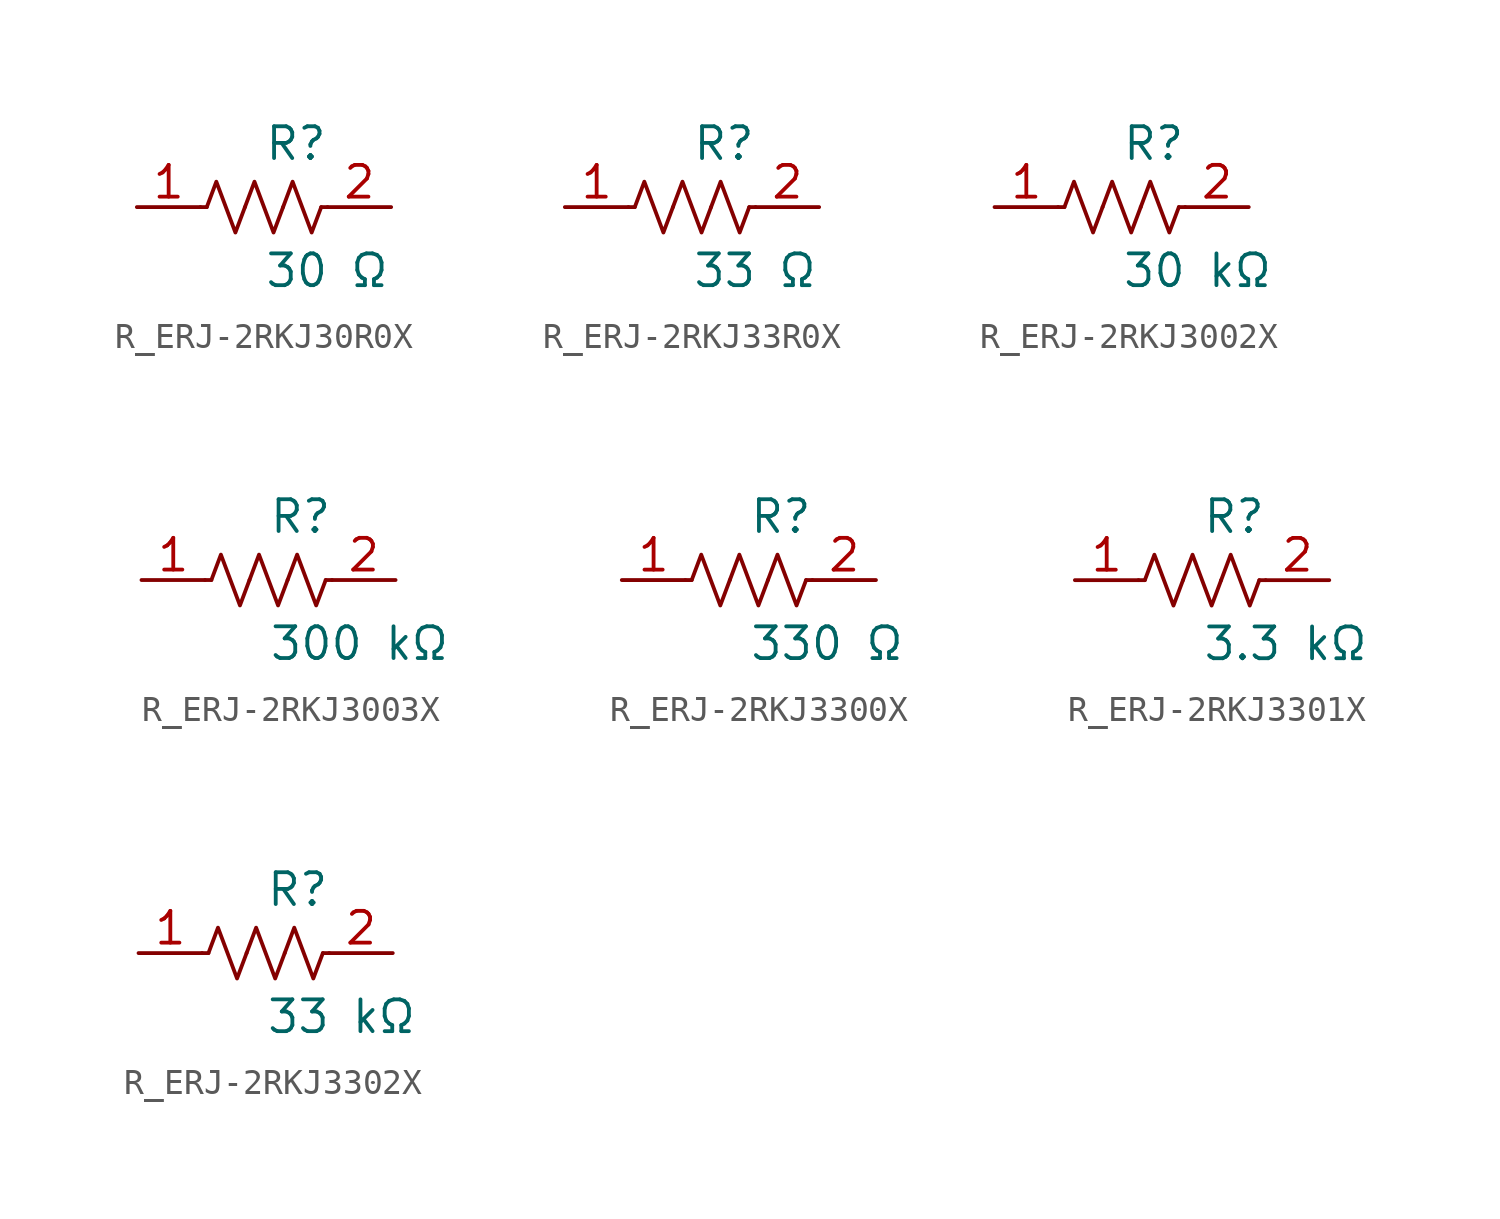
<source format=kicad_sym>
(kicad_symbol_lib
  (version 20231120)
  (generator kicad_symbol_editor)
  (generator_version 8.0)
  (symbol "R_ERJ-2RKJ30R0X"
    (pin_names
      (offset 0.254))
    (property "Reference" "R"
      (at 0.0 2.54 0)
      (effects (font (size 1.27 1.27)) (justify left)))
    (property "Value" "30 Ω"
      (at 0.0 -2.54 0)
      (effects (font (size 1.27 1.27)) (justify left)))
    (symbol "R_ERJ-2RKJ30R0X_0_1"
      (polyline (pts (xy 2.286 0) (xy 2.54 0)) (stroke (width 0) (type default)) (fill (type none)))
      (polyline (pts (xy -2.286 0) (xy -2.54 0)) (stroke (width 0) (type default)) (fill (type none)))
      (polyline (pts (xy 0.762 0) (xy 1.143 1.016) (xy 1.524 0) (xy 1.905 -1.016) (xy 2.286 0)) (stroke (width 0) (type default)) (fill (type none)))
      (polyline (pts (xy -0.762 0) (xy -0.381 1.016) (xy 0 0) (xy 0.381 -1.016) (xy 0.762 0)) (stroke (width 0) (type default)) (fill (type none)))
      (polyline (pts (xy -2.286 0) (xy -1.905 1.016) (xy -1.524 0) (xy -1.143 -1.016) (xy -0.762 0)) (stroke (width 0) (type default)) (fill (type none))))
    (pin unspecified line
      (at -5.08 0 0)
      (length 2.54)
      (name "" (effects (font (size 1.27 1.27))))
      (number "1" (effects (font (size 1.27 1.27)))))
    (pin unspecified line
      (at 5.08 0 180)
      (length 2.54)
      (name "" (effects (font (size 1.27 1.27))))
      (number "2" (effects (font (size 1.27 1.27))))))
  (symbol "R_ERJ-2RKJ33R0X"
    (pin_names
      (offset 0.254))
    (property "Reference" "R"
      (at 0.0 2.54 0)
      (effects (font (size 1.27 1.27)) (justify left)))
    (property "Value" "33 Ω"
      (at 0.0 -2.54 0)
      (effects (font (size 1.27 1.27)) (justify left)))
    (symbol "R_ERJ-2RKJ33R0X_0_1"
      (polyline (pts (xy 2.286 0) (xy 2.54 0)) (stroke (width 0) (type default)) (fill (type none)))
      (polyline (pts (xy -2.286 0) (xy -2.54 0)) (stroke (width 0) (type default)) (fill (type none)))
      (polyline (pts (xy 0.762 0) (xy 1.143 1.016) (xy 1.524 0) (xy 1.905 -1.016) (xy 2.286 0)) (stroke (width 0) (type default)) (fill (type none)))
      (polyline (pts (xy -0.762 0) (xy -0.381 1.016) (xy 0 0) (xy 0.381 -1.016) (xy 0.762 0)) (stroke (width 0) (type default)) (fill (type none)))
      (polyline (pts (xy -2.286 0) (xy -1.905 1.016) (xy -1.524 0) (xy -1.143 -1.016) (xy -0.762 0)) (stroke (width 0) (type default)) (fill (type none))))
    (pin unspecified line
      (at -5.08 0 0)
      (length 2.54)
      (name "" (effects (font (size 1.27 1.27))))
      (number "1" (effects (font (size 1.27 1.27)))))
    (pin unspecified line
      (at 5.08 0 180)
      (length 2.54)
      (name "" (effects (font (size 1.27 1.27))))
      (number "2" (effects (font (size 1.27 1.27))))))
  (symbol "R_ERJ-2RKJ3002X"
    (pin_names
      (offset 0.254))
    (property "Reference" "R"
      (at 0.0 2.54 0)
      (effects (font (size 1.27 1.27)) (justify left)))
    (property "Value" "30 kΩ"
      (at 0.0 -2.54 0)
      (effects (font (size 1.27 1.27)) (justify left)))
    (symbol "R_ERJ-2RKJ3002X_0_1"
      (polyline (pts (xy 2.286 0) (xy 2.54 0)) (stroke (width 0) (type default)) (fill (type none)))
      (polyline (pts (xy -2.286 0) (xy -2.54 0)) (stroke (width 0) (type default)) (fill (type none)))
      (polyline (pts (xy 0.762 0) (xy 1.143 1.016) (xy 1.524 0) (xy 1.905 -1.016) (xy 2.286 0)) (stroke (width 0) (type default)) (fill (type none)))
      (polyline (pts (xy -0.762 0) (xy -0.381 1.016) (xy 0 0) (xy 0.381 -1.016) (xy 0.762 0)) (stroke (width 0) (type default)) (fill (type none)))
      (polyline (pts (xy -2.286 0) (xy -1.905 1.016) (xy -1.524 0) (xy -1.143 -1.016) (xy -0.762 0)) (stroke (width 0) (type default)) (fill (type none))))
    (pin unspecified line
      (at -5.08 0 0)
      (length 2.54)
      (name "" (effects (font (size 1.27 1.27))))
      (number "1" (effects (font (size 1.27 1.27)))))
    (pin unspecified line
      (at 5.08 0 180)
      (length 2.54)
      (name "" (effects (font (size 1.27 1.27))))
      (number "2" (effects (font (size 1.27 1.27))))))
  (symbol "R_ERJ-2RKJ3003X"
    (pin_names
      (offset 0.254))
    (property "Reference" "R"
      (at 0.0 2.54 0)
      (effects (font (size 1.27 1.27)) (justify left)))
    (property "Value" "300 kΩ"
      (at 0.0 -2.54 0)
      (effects (font (size 1.27 1.27)) (justify left)))
    (symbol "R_ERJ-2RKJ3003X_0_1"
      (polyline (pts (xy 2.286 0) (xy 2.54 0)) (stroke (width 0) (type default)) (fill (type none)))
      (polyline (pts (xy -2.286 0) (xy -2.54 0)) (stroke (width 0) (type default)) (fill (type none)))
      (polyline (pts (xy 0.762 0) (xy 1.143 1.016) (xy 1.524 0) (xy 1.905 -1.016) (xy 2.286 0)) (stroke (width 0) (type default)) (fill (type none)))
      (polyline (pts (xy -0.762 0) (xy -0.381 1.016) (xy 0 0) (xy 0.381 -1.016) (xy 0.762 0)) (stroke (width 0) (type default)) (fill (type none)))
      (polyline (pts (xy -2.286 0) (xy -1.905 1.016) (xy -1.524 0) (xy -1.143 -1.016) (xy -0.762 0)) (stroke (width 0) (type default)) (fill (type none))))
    (pin unspecified line
      (at -5.08 0 0)
      (length 2.54)
      (name "" (effects (font (size 1.27 1.27))))
      (number "1" (effects (font (size 1.27 1.27)))))
    (pin unspecified line
      (at 5.08 0 180)
      (length 2.54)
      (name "" (effects (font (size 1.27 1.27))))
      (number "2" (effects (font (size 1.27 1.27))))))
  (symbol "R_ERJ-2RKJ3300X"
    (pin_names
      (offset 0.254))
    (property "Reference" "R"
      (at 0.0 2.54 0)
      (effects (font (size 1.27 1.27)) (justify left)))
    (property "Value" "330 Ω"
      (at 0.0 -2.54 0)
      (effects (font (size 1.27 1.27)) (justify left)))
    (symbol "R_ERJ-2RKJ3300X_0_1"
      (polyline (pts (xy 2.286 0) (xy 2.54 0)) (stroke (width 0) (type default)) (fill (type none)))
      (polyline (pts (xy -2.286 0) (xy -2.54 0)) (stroke (width 0) (type default)) (fill (type none)))
      (polyline (pts (xy 0.762 0) (xy 1.143 1.016) (xy 1.524 0) (xy 1.905 -1.016) (xy 2.286 0)) (stroke (width 0) (type default)) (fill (type none)))
      (polyline (pts (xy -0.762 0) (xy -0.381 1.016) (xy 0 0) (xy 0.381 -1.016) (xy 0.762 0)) (stroke (width 0) (type default)) (fill (type none)))
      (polyline (pts (xy -2.286 0) (xy -1.905 1.016) (xy -1.524 0) (xy -1.143 -1.016) (xy -0.762 0)) (stroke (width 0) (type default)) (fill (type none))))
    (pin unspecified line
      (at -5.08 0 0)
      (length 2.54)
      (name "" (effects (font (size 1.27 1.27))))
      (number "1" (effects (font (size 1.27 1.27)))))
    (pin unspecified line
      (at 5.08 0 180)
      (length 2.54)
      (name "" (effects (font (size 1.27 1.27))))
      (number "2" (effects (font (size 1.27 1.27))))))
  (symbol "R_ERJ-2RKJ3301X"
    (pin_names
      (offset 0.254))
    (property "Reference" "R"
      (at 0.0 2.54 0)
      (effects (font (size 1.27 1.27)) (justify left)))
    (property "Value" "3.3 kΩ"
      (at 0.0 -2.54 0)
      (effects (font (size 1.27 1.27)) (justify left)))
    (symbol "R_ERJ-2RKJ3301X_0_1"
      (polyline (pts (xy 2.286 0) (xy 2.54 0)) (stroke (width 0) (type default)) (fill (type none)))
      (polyline (pts (xy -2.286 0) (xy -2.54 0)) (stroke (width 0) (type default)) (fill (type none)))
      (polyline (pts (xy 0.762 0) (xy 1.143 1.016) (xy 1.524 0) (xy 1.905 -1.016) (xy 2.286 0)) (stroke (width 0) (type default)) (fill (type none)))
      (polyline (pts (xy -0.762 0) (xy -0.381 1.016) (xy 0 0) (xy 0.381 -1.016) (xy 0.762 0)) (stroke (width 0) (type default)) (fill (type none)))
      (polyline (pts (xy -2.286 0) (xy -1.905 1.016) (xy -1.524 0) (xy -1.143 -1.016) (xy -0.762 0)) (stroke (width 0) (type default)) (fill (type none))))
    (pin unspecified line
      (at -5.08 0 0)
      (length 2.54)
      (name "" (effects (font (size 1.27 1.27))))
      (number "1" (effects (font (size 1.27 1.27)))))
    (pin unspecified line
      (at 5.08 0 180)
      (length 2.54)
      (name "" (effects (font (size 1.27 1.27))))
      (number "2" (effects (font (size 1.27 1.27))))))
  (symbol "R_ERJ-2RKJ3302X"
    (pin_names
      (offset 0.254))
    (property "Reference" "R"
      (at 0.0 2.54 0)
      (effects (font (size 1.27 1.27)) (justify left)))
    (property "Value" "33 kΩ"
      (at 0.0 -2.54 0)
      (effects (font (size 1.27 1.27)) (justify left)))
    (symbol "R_ERJ-2RKJ3302X_0_1"
      (polyline (pts (xy 2.286 0) (xy 2.54 0)) (stroke (width 0) (type default)) (fill (type none)))
      (polyline (pts (xy -2.286 0) (xy -2.54 0)) (stroke (width 0) (type default)) (fill (type none)))
      (polyline (pts (xy 0.762 0) (xy 1.143 1.016) (xy 1.524 0) (xy 1.905 -1.016) (xy 2.286 0)) (stroke (width 0) (type default)) (fill (type none)))
      (polyline (pts (xy -0.762 0) (xy -0.381 1.016) (xy 0 0) (xy 0.381 -1.016) (xy 0.762 0)) (stroke (width 0) (type default)) (fill (type none)))
      (polyline (pts (xy -2.286 0) (xy -1.905 1.016) (xy -1.524 0) (xy -1.143 -1.016) (xy -0.762 0)) (stroke (width 0) (type default)) (fill (type none))))
    (pin unspecified line
      (at -5.08 0 0)
      (length 2.54)
      (name "" (effects (font (size 1.27 1.27))))
      (number "1" (effects (font (size 1.27 1.27)))))
    (pin unspecified line
      (at 5.08 0 180)
      (length 2.54)
      (name "" (effects (font (size 1.27 1.27))))
      (number "2" (effects (font (size 1.27 1.27)))))))
</source>
